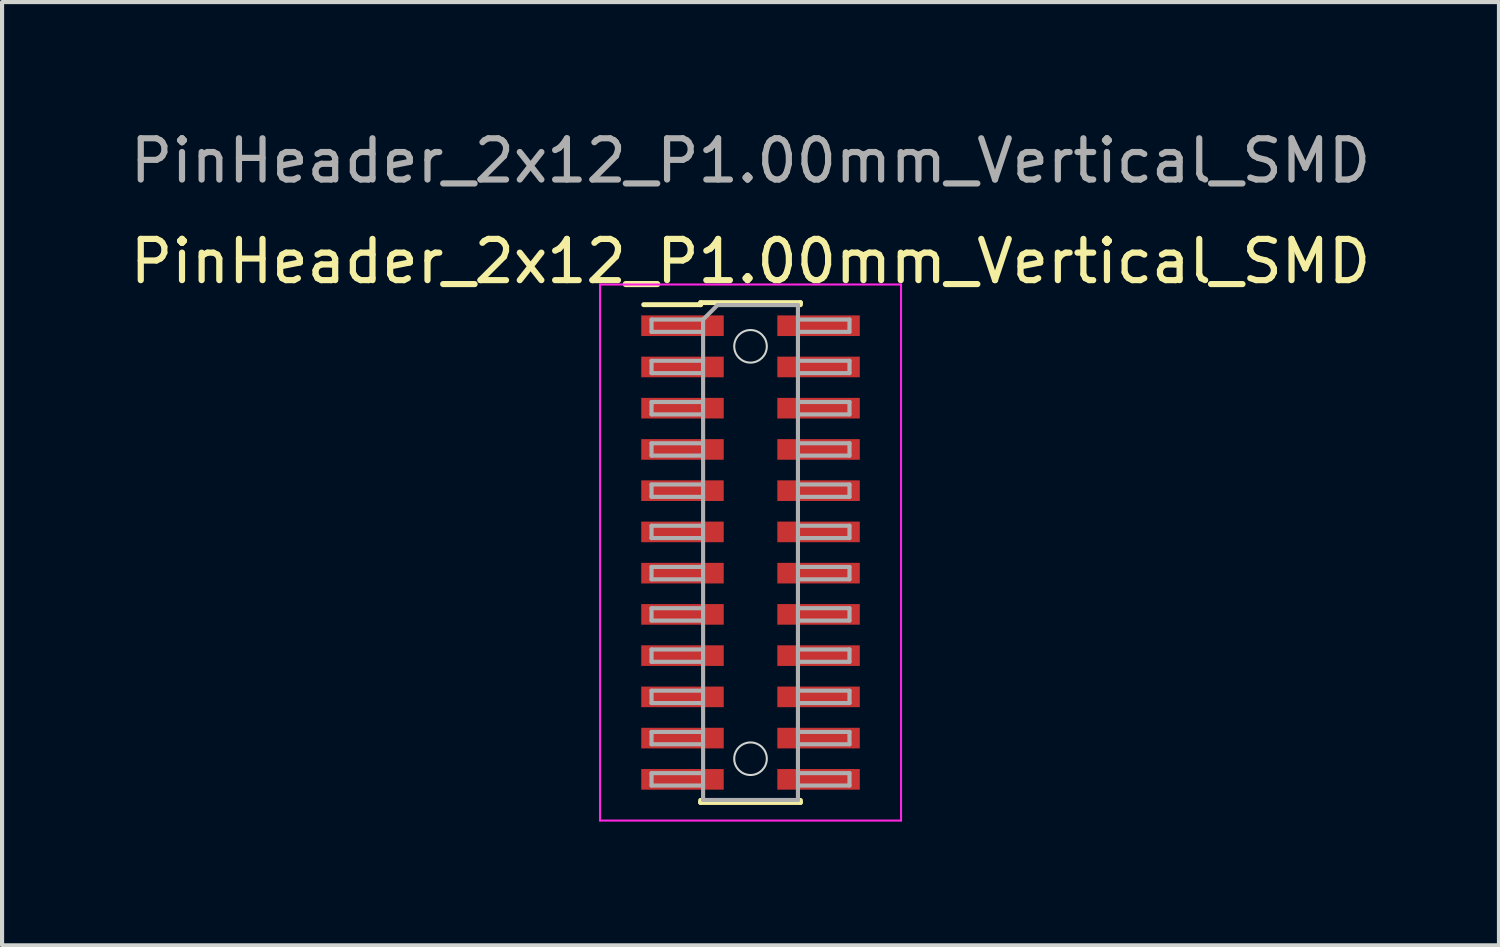
<source format=kicad_pcb>
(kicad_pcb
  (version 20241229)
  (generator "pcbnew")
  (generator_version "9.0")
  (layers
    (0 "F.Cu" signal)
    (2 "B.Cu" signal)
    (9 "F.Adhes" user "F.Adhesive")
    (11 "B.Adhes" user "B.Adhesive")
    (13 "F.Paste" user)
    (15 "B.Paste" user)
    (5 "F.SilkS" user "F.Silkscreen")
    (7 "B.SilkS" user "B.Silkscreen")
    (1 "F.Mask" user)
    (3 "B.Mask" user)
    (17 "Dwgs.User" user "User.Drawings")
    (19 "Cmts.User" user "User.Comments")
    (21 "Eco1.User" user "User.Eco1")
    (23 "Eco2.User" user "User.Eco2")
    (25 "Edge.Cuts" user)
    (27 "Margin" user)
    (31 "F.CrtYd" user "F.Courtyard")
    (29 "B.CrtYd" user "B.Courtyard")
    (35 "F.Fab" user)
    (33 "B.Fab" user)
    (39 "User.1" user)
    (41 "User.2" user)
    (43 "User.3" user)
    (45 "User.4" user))
  (footprint "PinHeader_2x12_P1.00mm_Vertical_SMD"
    (layer "F.Cu")
    (at 15.149 10.348)
    (property "Reference" "PinHeader_2x12_P1.00mm_Vertical_SMD" (at 0 -7.06 0) (layer "F.SilkS") (effects (font (size 1 1) (thickness 0.15))))
    (attr smd)
    (fp_line (start -2.59 -6.01) (end -1.21 -6.01) (stroke (width 0.12) (type solid)) (layer "F.SilkS"))
    (fp_line (start -1.21 -6.06) (end -1.21 -6.01) (stroke (width 0.12) (type solid)) (layer "F.SilkS"))
    (fp_line (start -1.21 -6.06) (end 1.21 -6.06) (stroke (width 0.12) (type solid)) (layer "F.SilkS"))
    (fp_line (start -1.21 6.01) (end -1.21 6.06) (stroke (width 0.12) (type solid)) (layer "F.SilkS"))
    (fp_line (start -1.21 6.06) (end 1.21 6.06) (stroke (width 0.12) (type solid)) (layer "F.SilkS"))
    (fp_line (start 1.21 -6.06) (end 1.21 -6.01) (stroke (width 0.12) (type solid)) (layer "F.SilkS"))
    (fp_line (start 1.21 6.01) (end 1.21 6.06) (stroke (width 0.12) (type solid)) (layer "F.SilkS"))
    (fp_circle (center 0 -5) (end 0.395 -5) (stroke (width 0.05) (type default)) (fill no) (layer "Edge.Cuts"))
    (fp_circle (center 0 5) (end 0.395 5) (stroke (width 0.05) (type default)) (fill no) (layer "Edge.Cuts"))
    (fp_line (start -3.65 -6.5) (end -3.65 6.5) (stroke (width 0.05) (type solid)) (layer "F.CrtYd"))
    (fp_line (start -3.65 6.5) (end 3.65 6.5) (stroke (width 0.05) (type solid)) (layer "F.CrtYd"))
    (fp_line (start 3.65 -6.5) (end -3.65 -6.5) (stroke (width 0.05) (type solid)) (layer "F.CrtYd"))
    (fp_line (start 3.65 6.5) (end 3.65 -6.5) (stroke (width 0.05) (type solid)) (layer "F.CrtYd"))
    (fp_line (start -2.4 -5.65) (end -2.4 -5.35) (stroke (width 0.1) (type solid)) (layer "F.Fab"))
    (fp_line (start -2.4 -5.35) (end -1.15 -5.35) (stroke (width 0.1) (type solid)) (layer "F.Fab"))
    (fp_line (start -2.4 -4.65) (end -2.4 -4.35) (stroke (width 0.1) (type solid)) (layer "F.Fab"))
    (fp_line (start -2.4 -4.35) (end -1.15 -4.35) (stroke (width 0.1) (type solid)) (layer "F.Fab"))
    (fp_line (start -2.4 -3.65) (end -2.4 -3.35) (stroke (width 0.1) (type solid)) (layer "F.Fab"))
    (fp_line (start -2.4 -3.35) (end -1.15 -3.35) (stroke (width 0.1) (type solid)) (layer "F.Fab"))
    (fp_line (start -2.4 -2.65) (end -2.4 -2.35) (stroke (width 0.1) (type solid)) (layer "F.Fab"))
    (fp_line (start -2.4 -2.35) (end -1.15 -2.35) (stroke (width 0.1) (type solid)) (layer "F.Fab"))
    (fp_line (start -2.4 -1.65) (end -2.4 -1.35) (stroke (width 0.1) (type solid)) (layer "F.Fab"))
    (fp_line (start -2.4 -1.35) (end -1.15 -1.35) (stroke (width 0.1) (type solid)) (layer "F.Fab"))
    (fp_line (start -2.4 -0.65) (end -2.4 -0.35) (stroke (width 0.1) (type solid)) (layer "F.Fab"))
    (fp_line (start -2.4 -0.35) (end -1.15 -0.35) (stroke (width 0.1) (type solid)) (layer "F.Fab"))
    (fp_line (start -2.4 0.35) (end -2.4 0.65) (stroke (width 0.1) (type solid)) (layer "F.Fab"))
    (fp_line (start -2.4 0.65) (end -1.15 0.65) (stroke (width 0.1) (type solid)) (layer "F.Fab"))
    (fp_line (start -2.4 1.35) (end -2.4 1.65) (stroke (width 0.1) (type solid)) (layer "F.Fab"))
    (fp_line (start -2.4 1.65) (end -1.15 1.65) (stroke (width 0.1) (type solid)) (layer "F.Fab"))
    (fp_line (start -2.4 2.35) (end -2.4 2.65) (stroke (width 0.1) (type solid)) (layer "F.Fab"))
    (fp_line (start -2.4 2.65) (end -1.15 2.65) (stroke (width 0.1) (type solid)) (layer "F.Fab"))
    (fp_line (start -2.4 3.35) (end -2.4 3.65) (stroke (width 0.1) (type solid)) (layer "F.Fab"))
    (fp_line (start -2.4 3.65) (end -1.15 3.65) (stroke (width 0.1) (type solid)) (layer "F.Fab"))
    (fp_line (start -2.4 4.35) (end -2.4 4.65) (stroke (width 0.1) (type solid)) (layer "F.Fab"))
    (fp_line (start -2.4 4.65) (end -1.15 4.65) (stroke (width 0.1) (type solid)) (layer "F.Fab"))
    (fp_line (start -2.4 5.35) (end -2.4 5.65) (stroke (width 0.1) (type solid)) (layer "F.Fab"))
    (fp_line (start -2.4 5.65) (end -1.15 5.65) (stroke (width 0.1) (type solid)) (layer "F.Fab"))
    (fp_line (start -1.15 -5.65) (end -2.4 -5.65) (stroke (width 0.1) (type solid)) (layer "F.Fab"))
    (fp_line (start -1.15 -5.65) (end -0.8 -6) (stroke (width 0.1) (type solid)) (layer "F.Fab"))
    (fp_line (start -1.15 -4.65) (end -2.4 -4.65) (stroke (width 0.1) (type solid)) (layer "F.Fab"))
    (fp_line (start -1.15 -3.65) (end -2.4 -3.65) (stroke (width 0.1) (type solid)) (layer "F.Fab"))
    (fp_line (start -1.15 -2.65) (end -2.4 -2.65) (stroke (width 0.1) (type solid)) (layer "F.Fab"))
    (fp_line (start -1.15 -1.65) (end -2.4 -1.65) (stroke (width 0.1) (type solid)) (layer "F.Fab"))
    (fp_line (start -1.15 -0.65) (end -2.4 -0.65) (stroke (width 0.1) (type solid)) (layer "F.Fab"))
    (fp_line (start -1.15 0.35) (end -2.4 0.35) (stroke (width 0.1) (type solid)) (layer "F.Fab"))
    (fp_line (start -1.15 1.35) (end -2.4 1.35) (stroke (width 0.1) (type solid)) (layer "F.Fab"))
    (fp_line (start -1.15 2.35) (end -2.4 2.35) (stroke (width 0.1) (type solid)) (layer "F.Fab"))
    (fp_line (start -1.15 3.35) (end -2.4 3.35) (stroke (width 0.1) (type solid)) (layer "F.Fab"))
    (fp_line (start -1.15 4.35) (end -2.4 4.35) (stroke (width 0.1) (type solid)) (layer "F.Fab"))
    (fp_line (start -1.15 5.35) (end -2.4 5.35) (stroke (width 0.1) (type solid)) (layer "F.Fab"))
    (fp_line (start -1.15 6) (end -1.15 -5.65) (stroke (width 0.1) (type solid)) (layer "F.Fab"))
    (fp_line (start -0.8 -6) (end 1.15 -6) (stroke (width 0.1) (type solid)) (layer "F.Fab"))
    (fp_line (start 1.15 -6) (end 1.15 6) (stroke (width 0.1) (type solid)) (layer "F.Fab"))
    (fp_line (start 1.15 -5.65) (end 2.4 -5.65) (stroke (width 0.1) (type solid)) (layer "F.Fab"))
    (fp_line (start 1.15 -4.65) (end 2.4 -4.65) (stroke (width 0.1) (type solid)) (layer "F.Fab"))
    (fp_line (start 1.15 -3.65) (end 2.4 -3.65) (stroke (width 0.1) (type solid)) (layer "F.Fab"))
    (fp_line (start 1.15 -2.65) (end 2.4 -2.65) (stroke (width 0.1) (type solid)) (layer "F.Fab"))
    (fp_line (start 1.15 -1.65) (end 2.4 -1.65) (stroke (width 0.1) (type solid)) (layer "F.Fab"))
    (fp_line (start 1.15 -0.65) (end 2.4 -0.65) (stroke (width 0.1) (type solid)) (layer "F.Fab"))
    (fp_line (start 1.15 0.35) (end 2.4 0.35) (stroke (width 0.1) (type solid)) (layer "F.Fab"))
    (fp_line (start 1.15 1.35) (end 2.4 1.35) (stroke (width 0.1) (type solid)) (layer "F.Fab"))
    (fp_line (start 1.15 2.35) (end 2.4 2.35) (stroke (width 0.1) (type solid)) (layer "F.Fab"))
    (fp_line (start 1.15 3.35) (end 2.4 3.35) (stroke (width 0.1) (type solid)) (layer "F.Fab"))
    (fp_line (start 1.15 4.35) (end 2.4 4.35) (stroke (width 0.1) (type solid)) (layer "F.Fab"))
    (fp_line (start 1.15 5.35) (end 2.4 5.35) (stroke (width 0.1) (type solid)) (layer "F.Fab"))
    (fp_line (start 1.15 6) (end -1.15 6) (stroke (width 0.1) (type solid)) (layer "F.Fab"))
    (fp_line (start 2.4 -5.65) (end 2.4 -5.35) (stroke (width 0.1) (type solid)) (layer "F.Fab"))
    (fp_line (start 2.4 -5.35) (end 1.15 -5.35) (stroke (width 0.1) (type solid)) (layer "F.Fab"))
    (fp_line (start 2.4 -4.65) (end 2.4 -4.35) (stroke (width 0.1) (type solid)) (layer "F.Fab"))
    (fp_line (start 2.4 -4.35) (end 1.15 -4.35) (stroke (width 0.1) (type solid)) (layer "F.Fab"))
    (fp_line (start 2.4 -3.65) (end 2.4 -3.35) (stroke (width 0.1) (type solid)) (layer "F.Fab"))
    (fp_line (start 2.4 -3.35) (end 1.15 -3.35) (stroke (width 0.1) (type solid)) (layer "F.Fab"))
    (fp_line (start 2.4 -2.65) (end 2.4 -2.35) (stroke (width 0.1) (type solid)) (layer "F.Fab"))
    (fp_line (start 2.4 -2.35) (end 1.15 -2.35) (stroke (width 0.1) (type solid)) (layer "F.Fab"))
    (fp_line (start 2.4 -1.65) (end 2.4 -1.35) (stroke (width 0.1) (type solid)) (layer "F.Fab"))
    (fp_line (start 2.4 -1.35) (end 1.15 -1.35) (stroke (width 0.1) (type solid)) (layer "F.Fab"))
    (fp_line (start 2.4 -0.65) (end 2.4 -0.35) (stroke (width 0.1) (type solid)) (layer "F.Fab"))
    (fp_line (start 2.4 -0.35) (end 1.15 -0.35) (stroke (width 0.1) (type solid)) (layer "F.Fab"))
    (fp_line (start 2.4 0.35) (end 2.4 0.65) (stroke (width 0.1) (type solid)) (layer "F.Fab"))
    (fp_line (start 2.4 0.65) (end 1.15 0.65) (stroke (width 0.1) (type solid)) (layer "F.Fab"))
    (fp_line (start 2.4 1.35) (end 2.4 1.65) (stroke (width 0.1) (type solid)) (layer "F.Fab"))
    (fp_line (start 2.4 1.65) (end 1.15 1.65) (stroke (width 0.1) (type solid)) (layer "F.Fab"))
    (fp_line (start 2.4 2.35) (end 2.4 2.65) (stroke (width 0.1) (type solid)) (layer "F.Fab"))
    (fp_line (start 2.4 2.65) (end 1.15 2.65) (stroke (width 0.1) (type solid)) (layer "F.Fab"))
    (fp_line (start 2.4 3.35) (end 2.4 3.65) (stroke (width 0.1) (type solid)) (layer "F.Fab"))
    (fp_line (start 2.4 3.65) (end 1.15 3.65) (stroke (width 0.1) (type solid)) (layer "F.Fab"))
    (fp_line (start 2.4 4.35) (end 2.4 4.65) (stroke (width 0.1) (type solid)) (layer "F.Fab"))
    (fp_line (start 2.4 4.65) (end 1.15 4.65) (stroke (width 0.1) (type solid)) (layer "F.Fab"))
    (fp_line (start 2.4 5.35) (end 2.4 5.65) (stroke (width 0.1) (type solid)) (layer "F.Fab"))
    (fp_line (start 2.4 5.65) (end 1.15 5.65) (stroke (width 0.1) (type solid)) (layer "F.Fab"))
    (fp_text user "${REFERENCE}" (at 0 -9.5 180) (layer "F.Fab") (effects (font (size 1 1) (thickness 0.15))))
    (pad "1" smd rect (at -1.65 -5.5) (size 2 0.5) (layers "F.Cu" "F.Mask" "F.Paste"))
    (pad "2" smd rect (at 1.65 -5.5) (size 2 0.5) (layers "F.Cu" "F.Mask" "F.Paste"))
    (pad "3" smd rect (at -1.65 -4.5) (size 2 0.5) (layers "F.Cu" "F.Mask" "F.Paste"))
    (pad "4" smd rect (at 1.65 -4.5) (size 2 0.5) (layers "F.Cu" "F.Mask" "F.Paste"))
    (pad "5" smd rect (at -1.65 -3.5) (size 2 0.5) (layers "F.Cu" "F.Mask" "F.Paste"))
    (pad "6" smd rect (at 1.65 -3.5) (size 2 0.5) (layers "F.Cu" "F.Mask" "F.Paste"))
    (pad "7" smd rect (at -1.65 -2.5) (size 2 0.5) (layers "F.Cu" "F.Mask" "F.Paste"))
    (pad "8" smd rect (at 1.65 -2.5) (size 2 0.5) (layers "F.Cu" "F.Mask" "F.Paste"))
    (pad "9" smd rect (at -1.65 -1.5) (size 2 0.5) (layers "F.Cu" "F.Mask" "F.Paste"))
    (pad "10" smd rect (at 1.65 -1.5) (size 2 0.5) (layers "F.Cu" "F.Mask" "F.Paste"))
    (pad "11" smd rect (at -1.65 -0.5) (size 2 0.5) (layers "F.Cu" "F.Mask" "F.Paste"))
    (pad "12" smd rect (at 1.65 -0.5) (size 2 0.5) (layers "F.Cu" "F.Mask" "F.Paste"))
    (pad "13" smd rect (at -1.65 0.5) (size 2 0.5) (layers "F.Cu" "F.Mask" "F.Paste"))
    (pad "14" smd rect (at 1.65 0.5) (size 2 0.5) (layers "F.Cu" "F.Mask" "F.Paste"))
    (pad "15" smd rect (at -1.65 1.5) (size 2 0.5) (layers "F.Cu" "F.Mask" "F.Paste"))
    (pad "16" smd rect (at 1.65 1.5) (size 2 0.5) (layers "F.Cu" "F.Mask" "F.Paste"))
    (pad "17" smd rect (at -1.65 2.5) (size 2 0.5) (layers "F.Cu" "F.Mask" "F.Paste"))
    (pad "18" smd rect (at 1.65 2.5) (size 2 0.5) (layers "F.Cu" "F.Mask" "F.Paste"))
    (pad "19" smd rect (at -1.65 3.5) (size 2 0.5) (layers "F.Cu" "F.Mask" "F.Paste"))
    (pad "20" smd rect (at 1.65 3.5) (size 2 0.5) (layers "F.Cu" "F.Mask" "F.Paste"))
    (pad "21" smd rect (at -1.65 4.5) (size 2 0.5) (layers "F.Cu" "F.Mask" "F.Paste"))
    (pad "22" smd rect (at 1.65 4.5) (size 2 0.5) (layers "F.Cu" "F.Mask" "F.Paste"))
    (pad "23" smd rect (at -1.65 5.5) (size 2 0.5) (layers "F.Cu" "F.Mask" "F.Paste"))
    (pad "24" smd rect (at 1.65 5.5) (size 2 0.5) (layers "F.Cu" "F.Mask" "F.Paste")))
  (gr_rect
    (start -3 -3)
    (end 33.298 19.873)
    (stroke (width 0.1) (type default))
    (fill no)
    (layer "Edge.Cuts")))
</source>
